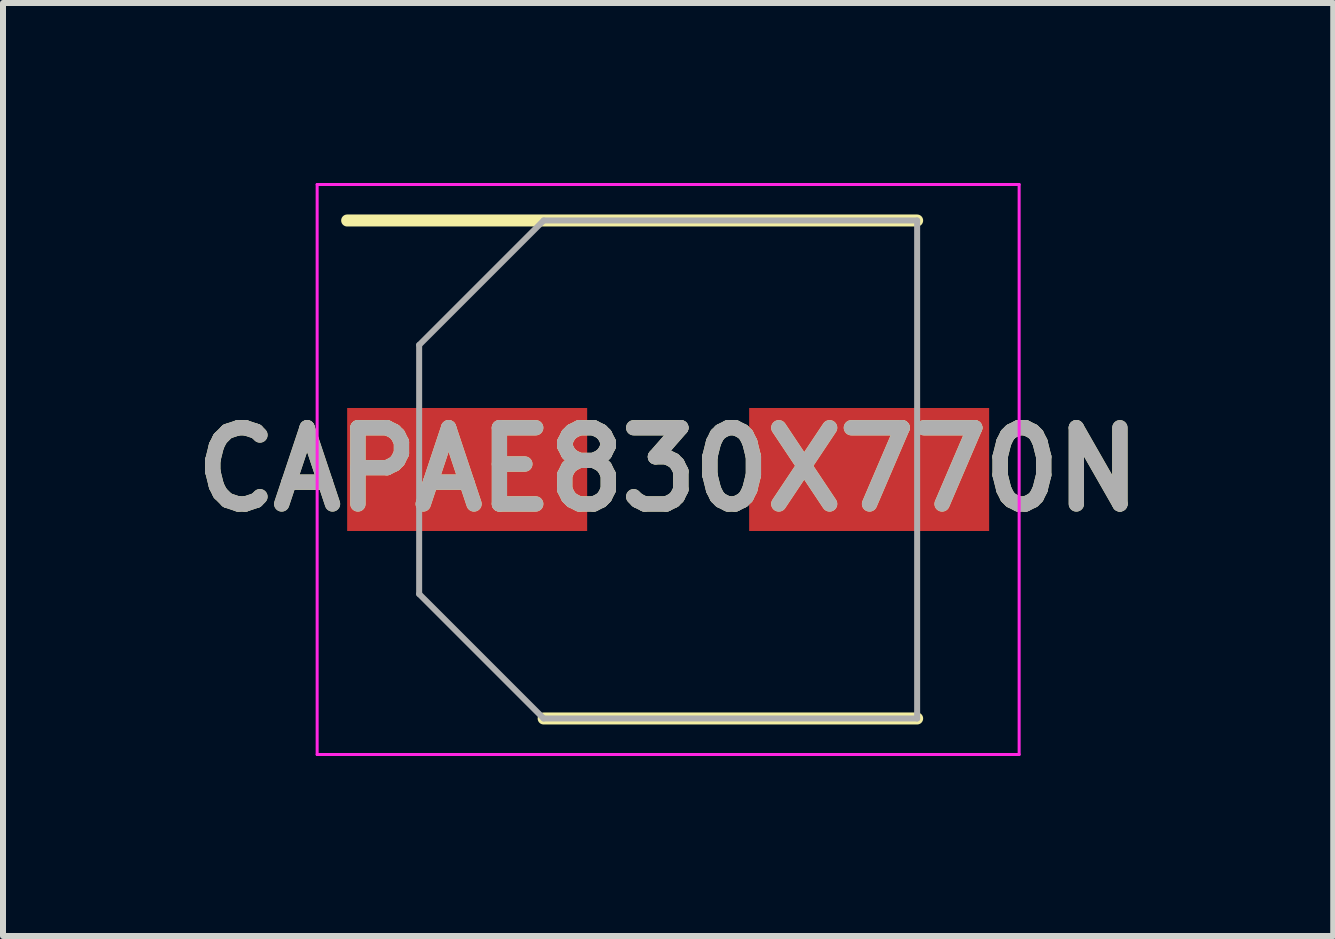
<source format=kicad_pcb>
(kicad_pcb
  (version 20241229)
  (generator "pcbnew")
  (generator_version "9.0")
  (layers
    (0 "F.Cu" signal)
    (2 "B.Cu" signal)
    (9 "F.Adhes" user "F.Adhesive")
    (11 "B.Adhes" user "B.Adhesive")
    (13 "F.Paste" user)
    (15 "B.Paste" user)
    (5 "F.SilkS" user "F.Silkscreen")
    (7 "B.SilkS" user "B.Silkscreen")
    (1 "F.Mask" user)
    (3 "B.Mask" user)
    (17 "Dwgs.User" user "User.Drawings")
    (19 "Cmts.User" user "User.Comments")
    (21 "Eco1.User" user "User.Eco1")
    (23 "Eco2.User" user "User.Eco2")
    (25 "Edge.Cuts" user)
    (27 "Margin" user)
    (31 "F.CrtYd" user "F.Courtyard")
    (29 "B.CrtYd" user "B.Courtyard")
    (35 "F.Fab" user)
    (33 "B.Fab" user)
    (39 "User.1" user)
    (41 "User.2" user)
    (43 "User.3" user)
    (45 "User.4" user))
  (footprint "CAPAE830X770N"
    (layer "F.Cu")
    (at 8.086 4.775)
    (property "Reference" "CAPAE830X770N" (at 0 0 0) (layer "F.SilkS") (effects (font (size 1.27 1.27) (thickness 0.254))))
    (attr smd)
    (fp_line (start -5.35 -4.15) (end 4.15 -4.15) (stroke (width 0.2) (type solid)) (layer "F.SilkS"))
    (fp_line (start -2.075 4.15) (end 4.15 4.15) (stroke (width 0.2) (type solid)) (layer "F.SilkS"))
    (fp_line (start -5.85 -4.75) (end 5.85 -4.75) (stroke (width 0.05) (type solid)) (layer "F.CrtYd"))
    (fp_line (start -5.85 4.75) (end -5.85 -4.75) (stroke (width 0.05) (type solid)) (layer "F.CrtYd"))
    (fp_line (start 5.85 -4.75) (end 5.85 4.75) (stroke (width 0.05) (type solid)) (layer "F.CrtYd"))
    (fp_line (start 5.85 4.75) (end -5.85 4.75) (stroke (width 0.05) (type solid)) (layer "F.CrtYd"))
    (fp_line (start -4.15 -2.075) (end -4.15 2.075) (stroke (width 0.1) (type solid)) (layer "F.Fab"))
    (fp_line (start -4.15 2.075) (end -2.075 4.15) (stroke (width 0.1) (type solid)) (layer "F.Fab"))
    (fp_line (start -2.075 -4.15) (end -4.15 -2.075) (stroke (width 0.1) (type solid)) (layer "F.Fab"))
    (fp_line (start -2.075 4.15) (end 4.15 4.15) (stroke (width 0.1) (type solid)) (layer "F.Fab"))
    (fp_line (start 4.15 -4.15) (end -2.075 -4.15) (stroke (width 0.1) (type solid)) (layer "F.Fab"))
    (fp_line (start 4.15 4.15) (end 4.15 -4.15) (stroke (width 0.1) (type solid)) (layer "F.Fab"))
    (fp_text user "${REFERENCE}" (at 0 0 0) (layer "F.Fab") (effects (font (size 1.27 1.27) (thickness 0.254))))
    (pad "1" smd rect (at -3.35 0 90) (size 2.05 4) (layers "F.Cu" "F.Mask" "F.Paste"))
    (pad "2" smd rect (at 3.35 0 90) (size 2.05 4) (layers "F.Cu" "F.Mask" "F.Paste")))
  (gr_rect
    (start -3 -3)
    (end 19.171 12.55)
    (stroke (width 0.1) (type default))
    (fill no)
    (layer "Edge.Cuts")))
</source>
